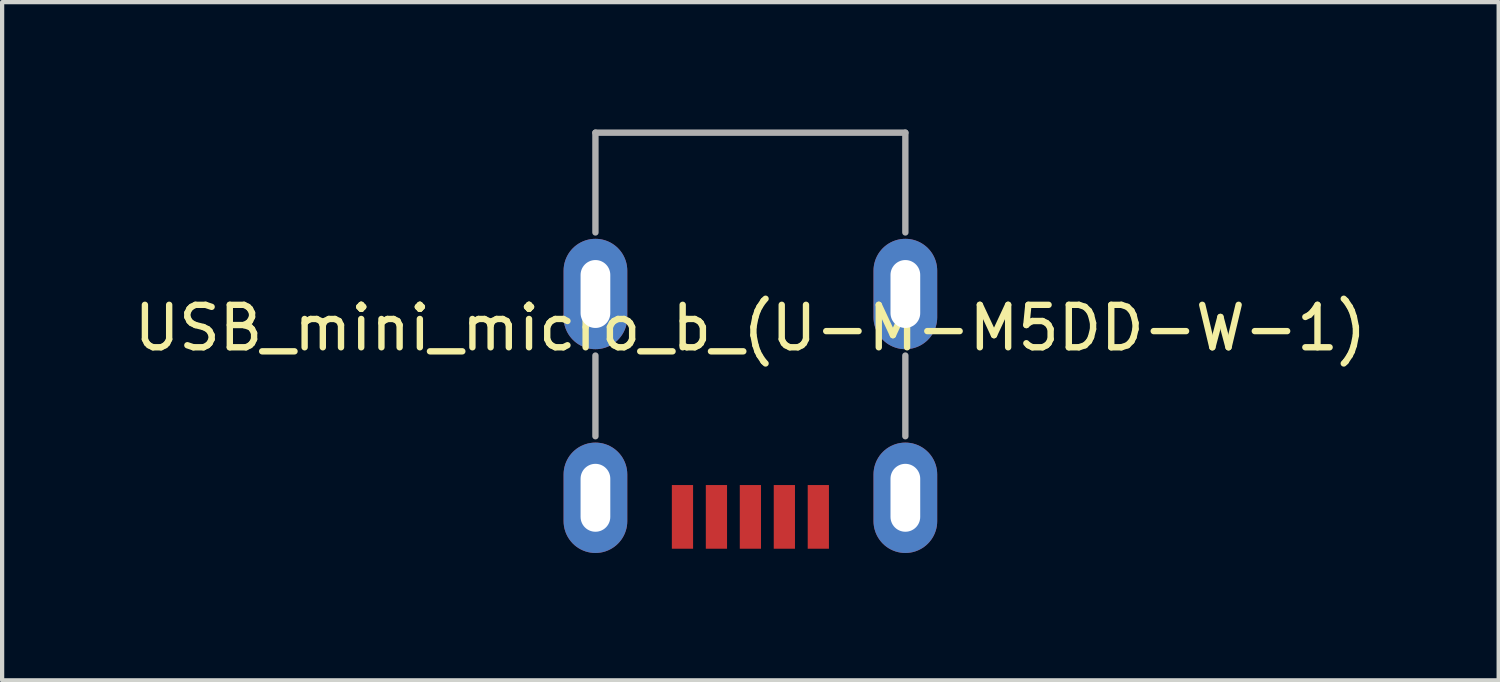
<source format=kicad_pcb>
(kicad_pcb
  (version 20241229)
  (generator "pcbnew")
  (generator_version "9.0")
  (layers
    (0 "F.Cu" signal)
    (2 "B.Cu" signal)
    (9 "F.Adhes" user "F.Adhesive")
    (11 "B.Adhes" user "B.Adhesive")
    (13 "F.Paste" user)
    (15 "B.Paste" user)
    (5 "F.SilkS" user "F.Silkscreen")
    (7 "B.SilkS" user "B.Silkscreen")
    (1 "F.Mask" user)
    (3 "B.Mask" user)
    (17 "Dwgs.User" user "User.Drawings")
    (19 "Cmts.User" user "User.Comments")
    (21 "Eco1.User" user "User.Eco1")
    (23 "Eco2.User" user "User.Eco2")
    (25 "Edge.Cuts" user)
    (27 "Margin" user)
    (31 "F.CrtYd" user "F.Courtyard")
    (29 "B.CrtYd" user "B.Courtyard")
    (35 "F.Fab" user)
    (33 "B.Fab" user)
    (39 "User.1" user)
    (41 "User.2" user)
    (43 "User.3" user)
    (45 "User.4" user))
  (footprint "USB_mini_micro_b_(U-M-M5DD-W-1)"
    (layer "F.Cu")
    (at 14.625 3.875)
    (property "Reference" "USB_mini_micro_b_(U-M-M5DD-W-1)" (at 0 0.8 180) (layer "F.SilkS") (effects (font (size 1 1) (thickness 0.15))))
    (attr through_hole)
    (fp_line (start -3.65 -3.8) (end 3.65 -3.8) (stroke (width 0.15) (type solid)) (layer "F.Fab"))
    (fp_line (start -3.65 -1.45) (end -3.65 -3.8) (stroke (width 0.15) (type solid)) (layer "F.Fab"))
    (fp_line (start -3.65 3.35) (end -3.65 1.45) (stroke (width 0.15) (type solid)) (layer "F.Fab"))
    (fp_line (start 3.65 -3.8) (end 3.65 -1.45) (stroke (width 0.15) (type solid)) (layer "F.Fab"))
    (fp_line (start 3.65 1.45) (end 3.65 3.35) (stroke (width 0.15) (type solid)) (layer "F.Fab"))
    (pad "1" smd rect (at 1.6 5.25 180) (size 0.5 1.5) (layers "F.Cu" "F.Mask" "F.Paste"))
    (pad "2" smd rect (at 0.8 5.25 180) (size 0.5 1.5) (layers "F.Cu" "F.Mask" "F.Paste"))
    (pad "3" smd rect (at 0 5.25 180) (size 0.5 1.5) (layers "F.Cu" "F.Mask" "F.Paste"))
    (pad "4" smd rect (at -0.8 5.25 180) (size 0.5 1.5) (layers "F.Cu" "F.Mask" "F.Paste"))
    (pad "5" smd rect (at -1.6 5.25 180) (size 0.5 1.5) (layers "F.Cu" "F.Mask" "F.Paste"))
    (pad "6" thru_hole oval (at -3.65 0 180) (size 1.5 2.6) (drill oval 0.7 1.6) (layers "*.Cu" "*.Mask"))
    (pad "6" thru_hole oval (at -3.65 4.8 180) (size 1.5 2.6) (drill oval 0.7 1.6) (layers "*.Cu" "*.Mask"))
    (pad "6" thru_hole oval (at 3.65 0 180) (size 1.5 2.6) (drill oval 0.7 1.6) (layers "*.Cu" "*.Mask"))
    (pad "6" thru_hole oval (at 3.65 4.8 180) (size 1.5 2.6) (drill oval 0.7 1.6) (layers "*.Cu" "*.Mask")))
  (gr_rect
    (start -3 -3)
    (end 32.25 12.975)
    (stroke (width 0.1) (type default))
    (fill no)
    (layer "Edge.Cuts")))
</source>
